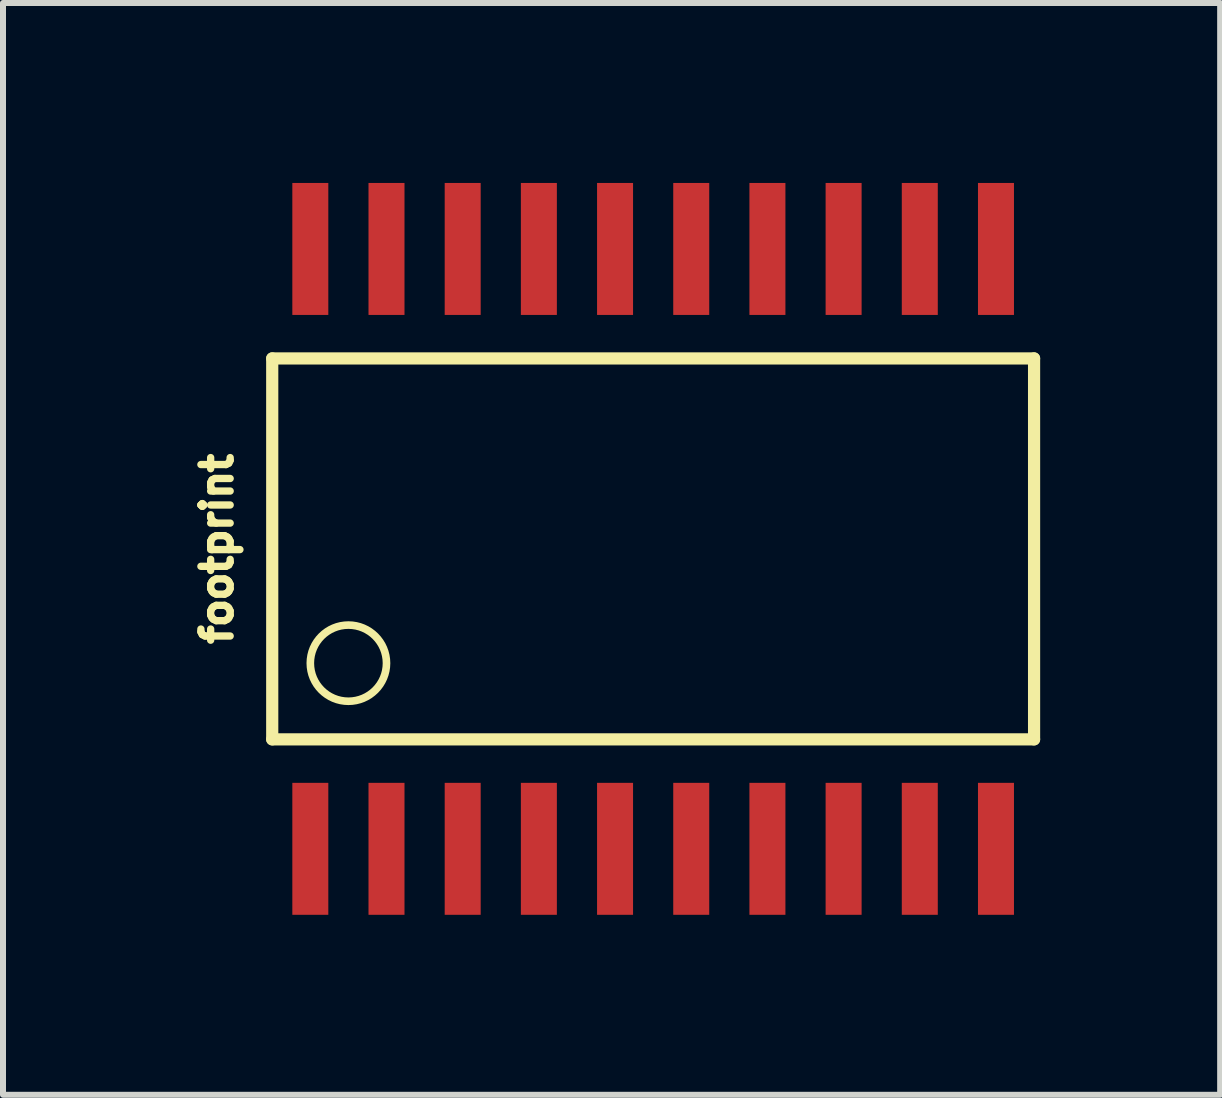
<source format=kicad_pcb>
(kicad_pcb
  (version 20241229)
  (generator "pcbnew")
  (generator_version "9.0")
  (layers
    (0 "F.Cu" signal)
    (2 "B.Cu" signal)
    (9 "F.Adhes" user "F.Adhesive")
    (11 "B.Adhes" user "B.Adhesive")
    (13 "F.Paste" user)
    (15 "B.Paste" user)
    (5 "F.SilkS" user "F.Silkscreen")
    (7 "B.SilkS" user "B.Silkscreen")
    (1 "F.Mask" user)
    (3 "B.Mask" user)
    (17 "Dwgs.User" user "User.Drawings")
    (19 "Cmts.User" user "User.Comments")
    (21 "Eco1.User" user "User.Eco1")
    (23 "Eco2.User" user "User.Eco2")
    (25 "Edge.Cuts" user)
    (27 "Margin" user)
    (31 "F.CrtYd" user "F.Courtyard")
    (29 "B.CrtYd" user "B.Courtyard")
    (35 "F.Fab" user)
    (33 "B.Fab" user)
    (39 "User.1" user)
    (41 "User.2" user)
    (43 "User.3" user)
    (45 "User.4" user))
  (footprint "footprint"
    (layer "F.Cu")
    (at 7.838 6.1)
    (property "Reference" "footprint" (at -6.985 0 90) (layer "F.SilkS") (effects (font (size 0.488 0.488) (thickness 0.122)) (justify bottom)))
    (fp_line (start -6.35 -3.175) (end 6.35 -3.175) (stroke (width 0.203) (type solid)) (layer "F.SilkS"))
    (fp_line (start -6.35 3.175) (end -6.35 -3.175) (stroke (width 0.203) (type solid)) (layer "F.SilkS"))
    (fp_line (start 6.35 -3.175) (end 6.35 3.175) (stroke (width 0.203) (type solid)) (layer "F.SilkS"))
    (fp_line (start 6.35 3.175) (end -6.35 3.175) (stroke (width 0.203) (type solid)) (layer "F.SilkS"))
    (fp_circle (center -5.08 1.905) (end -4.445 1.905) (stroke (width 0.127) (type solid)) (fill no) (layer "F.SilkS"))
    (pad "1" smd rect (at -5.715 5) (size 0.6 2.2) (layers "F.Cu" "F.Mask" "F.Paste"))
    (pad "2" smd rect (at -4.445 5) (size 0.6 2.2) (layers "F.Cu" "F.Mask" "F.Paste"))
    (pad "3" smd rect (at -3.175 5) (size 0.6 2.2) (layers "F.Cu" "F.Mask" "F.Paste"))
    (pad "4" smd rect (at -1.905 5) (size 0.6 2.2) (layers "F.Cu" "F.Mask" "F.Paste"))
    (pad "5" smd rect (at -0.635 5) (size 0.6 2.2) (layers "F.Cu" "F.Mask" "F.Paste"))
    (pad "6" smd rect (at 0.635 5) (size 0.6 2.2) (layers "F.Cu" "F.Mask" "F.Paste"))
    (pad "7" smd rect (at 1.905 5) (size 0.6 2.2) (layers "F.Cu" "F.Mask" "F.Paste"))
    (pad "8" smd rect (at 3.175 5) (size 0.6 2.2) (layers "F.Cu" "F.Mask" "F.Paste"))
    (pad "9" smd rect (at 4.445 5) (size 0.6 2.2) (layers "F.Cu" "F.Mask" "F.Paste"))
    (pad "10" smd rect (at 5.715 5) (size 0.6 2.2) (layers "F.Cu" "F.Mask" "F.Paste"))
    (pad "11" smd rect (at 5.715 -5) (size 0.6 2.2) (layers "F.Cu" "F.Mask" "F.Paste"))
    (pad "12" smd rect (at 4.445 -5) (size 0.6 2.2) (layers "F.Cu" "F.Mask" "F.Paste"))
    (pad "13" smd rect (at 3.175 -5) (size 0.6 2.2) (layers "F.Cu" "F.Mask" "F.Paste"))
    (pad "14" smd rect (at 1.905 -5) (size 0.6 2.2) (layers "F.Cu" "F.Mask" "F.Paste"))
    (pad "15" smd rect (at 0.635 -5) (size 0.6 2.2) (layers "F.Cu" "F.Mask" "F.Paste"))
    (pad "16" smd rect (at -0.635 -5) (size 0.6 2.2) (layers "F.Cu" "F.Mask" "F.Paste"))
    (pad "17" smd rect (at -1.905 -5) (size 0.6 2.2) (layers "F.Cu" "F.Mask" "F.Paste"))
    (pad "18" smd rect (at -3.175 -5) (size 0.6 2.2) (layers "F.Cu" "F.Mask" "F.Paste"))
    (pad "19" smd rect (at -4.445 -5) (size 0.6 2.2) (layers "F.Cu" "F.Mask" "F.Paste"))
    (pad "20" smd rect (at -5.715 -5) (size 0.6 2.2) (layers "F.Cu" "F.Mask" "F.Paste")))
  (gr_rect
    (start -3 -3)
    (end 17.29 15.2)
    (stroke (width 0.1) (type default))
    (fill no)
    (layer "Edge.Cuts")))
</source>
